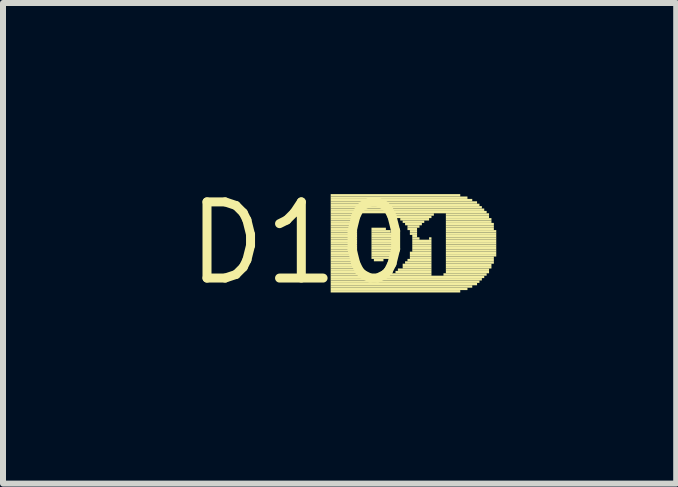
<source format=kicad_pcb>
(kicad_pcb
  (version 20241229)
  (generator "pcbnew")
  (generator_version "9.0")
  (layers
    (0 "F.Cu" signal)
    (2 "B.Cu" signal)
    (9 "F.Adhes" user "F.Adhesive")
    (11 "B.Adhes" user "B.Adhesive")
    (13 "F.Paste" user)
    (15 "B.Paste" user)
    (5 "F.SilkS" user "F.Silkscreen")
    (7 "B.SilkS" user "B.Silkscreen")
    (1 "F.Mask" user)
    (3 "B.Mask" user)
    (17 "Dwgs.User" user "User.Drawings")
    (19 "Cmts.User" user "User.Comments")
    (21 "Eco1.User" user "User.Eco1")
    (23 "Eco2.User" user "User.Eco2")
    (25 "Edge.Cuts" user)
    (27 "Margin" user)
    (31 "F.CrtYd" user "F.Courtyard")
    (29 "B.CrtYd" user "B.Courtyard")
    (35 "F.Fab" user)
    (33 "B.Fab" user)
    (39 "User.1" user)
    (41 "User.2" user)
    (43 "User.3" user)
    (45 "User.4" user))
  (footprint "D10"
    (layer "F.Cu")
    (at 1.943 1.006)
    (property "Reference" "D10" (at 0 0 0) (layer "F.SilkS") (effects (font (size 1.27 1.27) (thickness 0.15))))
    (fp_poly (pts (xy 0.52 -0.78) (xy 2.68 -0.78) (xy 2.68 -0.82) (xy 0.52 -0.82)) (stroke (width 0) (type solid)) (fill yes) (layer "F.SilkS"))
    (fp_poly (pts (xy 0.52 -0.74) (xy 2.8 -0.74) (xy 2.8 -0.78) (xy 0.52 -0.78)) (stroke (width 0) (type solid)) (fill yes) (layer "F.SilkS"))
    (fp_poly (pts (xy 0.52 -0.7) (xy 2.88 -0.7) (xy 2.88 -0.74) (xy 0.52 -0.74)) (stroke (width 0) (type solid)) (fill yes) (layer "F.SilkS"))
    (fp_poly (pts (xy 0.52 -0.66) (xy 2.96 -0.66) (xy 2.96 -0.7) (xy 0.52 -0.7)) (stroke (width 0) (type solid)) (fill yes) (layer "F.SilkS"))
    (fp_poly (pts (xy 0.52 -0.62) (xy 3 -0.62) (xy 3 -0.66) (xy 0.52 -0.66)) (stroke (width 0) (type solid)) (fill yes) (layer "F.SilkS"))
    (fp_poly (pts (xy 0.52 -0.58) (xy 3.04 -0.58) (xy 3.04 -0.62) (xy 0.52 -0.62)) (stroke (width 0) (type solid)) (fill yes) (layer "F.SilkS"))
    (fp_poly (pts (xy 0.52 -0.54) (xy 3.08 -0.54) (xy 3.08 -0.58) (xy 0.52 -0.58)) (stroke (width 0) (type solid)) (fill yes) (layer "F.SilkS"))
    (fp_poly (pts (xy 0.52 -0.5) (xy 3.12 -0.5) (xy 3.12 -0.54) (xy 0.52 -0.54)) (stroke (width 0) (type solid)) (fill yes) (layer "F.SilkS"))
    (fp_poly (pts (xy 0.52 -0.46) (xy 0.96 -0.46) (xy 0.96 -0.5) (xy 0.52 -0.5)) (stroke (width 0) (type solid)) (fill yes) (layer "F.SilkS"))
    (fp_poly (pts (xy 0.52 -0.42) (xy 0.96 -0.42) (xy 0.96 -0.46) (xy 0.52 -0.46)) (stroke (width 0) (type solid)) (fill yes) (layer "F.SilkS"))
    (fp_poly (pts (xy 0.52 -0.38) (xy 0.96 -0.38) (xy 0.96 -0.42) (xy 0.52 -0.42)) (stroke (width 0) (type solid)) (fill yes) (layer "F.SilkS"))
    (fp_poly (pts (xy 0.52 -0.34) (xy 0.96 -0.34) (xy 0.96 -0.38) (xy 0.52 -0.38)) (stroke (width 0) (type solid)) (fill yes) (layer "F.SilkS"))
    (fp_poly (pts (xy 0.52 -0.3) (xy 0.96 -0.3) (xy 0.96 -0.34) (xy 0.52 -0.34)) (stroke (width 0) (type solid)) (fill yes) (layer "F.SilkS"))
    (fp_poly (pts (xy 0.52 -0.26) (xy 0.96 -0.26) (xy 0.96 -0.3) (xy 0.52 -0.3)) (stroke (width 0) (type solid)) (fill yes) (layer "F.SilkS"))
    (fp_poly (pts (xy 0.52 -0.22) (xy 0.96 -0.22) (xy 0.96 -0.26) (xy 0.52 -0.26)) (stroke (width 0) (type solid)) (fill yes) (layer "F.SilkS"))
    (fp_poly (pts (xy 0.52 -0.18) (xy 0.96 -0.18) (xy 0.96 -0.22) (xy 0.52 -0.22)) (stroke (width 0) (type solid)) (fill yes) (layer "F.SilkS"))
    (fp_poly (pts (xy 0.52 -0.14) (xy 0.96 -0.14) (xy 0.96 -0.18) (xy 0.52 -0.18)) (stroke (width 0) (type solid)) (fill yes) (layer "F.SilkS"))
    (fp_poly (pts (xy 0.52 -0.1) (xy 0.96 -0.1) (xy 0.96 -0.14) (xy 0.52 -0.14)) (stroke (width 0) (type solid)) (fill yes) (layer "F.SilkS"))
    (fp_poly (pts (xy 0.52 -0.06) (xy 0.96 -0.06) (xy 0.96 -0.1) (xy 0.52 -0.1)) (stroke (width 0) (type solid)) (fill yes) (layer "F.SilkS"))
    (fp_poly (pts (xy 0.52 -0.02) (xy 0.96 -0.02) (xy 0.96 -0.06) (xy 0.52 -0.06)) (stroke (width 0) (type solid)) (fill yes) (layer "F.SilkS"))
    (fp_poly (pts (xy 0.52 0.02) (xy 0.96 0.02) (xy 0.96 -0.02) (xy 0.52 -0.02)) (stroke (width 0) (type solid)) (fill yes) (layer "F.SilkS"))
    (fp_poly (pts (xy 0.52 0.06) (xy 0.96 0.06) (xy 0.96 0.02) (xy 0.52 0.02)) (stroke (width 0) (type solid)) (fill yes) (layer "F.SilkS"))
    (fp_poly (pts (xy 0.52 0.1) (xy 0.96 0.1) (xy 0.96 0.06) (xy 0.52 0.06)) (stroke (width 0) (type solid)) (fill yes) (layer "F.SilkS"))
    (fp_poly (pts (xy 0.52 0.14) (xy 0.96 0.14) (xy 0.96 0.1) (xy 0.52 0.1)) (stroke (width 0) (type solid)) (fill yes) (layer "F.SilkS"))
    (fp_poly (pts (xy 0.52 0.18) (xy 0.96 0.18) (xy 0.96 0.14) (xy 0.52 0.14)) (stroke (width 0) (type solid)) (fill yes) (layer "F.SilkS"))
    (fp_poly (pts (xy 0.52 0.22) (xy 0.96 0.22) (xy 0.96 0.18) (xy 0.52 0.18)) (stroke (width 0) (type solid)) (fill yes) (layer "F.SilkS"))
    (fp_poly (pts (xy 0.52 0.26) (xy 0.96 0.26) (xy 0.96 0.22) (xy 0.52 0.22)) (stroke (width 0) (type solid)) (fill yes) (layer "F.SilkS"))
    (fp_poly (pts (xy 0.52 0.3) (xy 0.96 0.3) (xy 0.96 0.26) (xy 0.52 0.26)) (stroke (width 0) (type solid)) (fill yes) (layer "F.SilkS"))
    (fp_poly (pts (xy 0.52 0.34) (xy 0.96 0.34) (xy 0.96 0.3) (xy 0.52 0.3)) (stroke (width 0) (type solid)) (fill yes) (layer "F.SilkS"))
    (fp_poly (pts (xy 0.52 0.38) (xy 0.96 0.38) (xy 0.96 0.34) (xy 0.52 0.34)) (stroke (width 0) (type solid)) (fill yes) (layer "F.SilkS"))
    (fp_poly (pts (xy 0.52 0.42) (xy 0.96 0.42) (xy 0.96 0.38) (xy 0.52 0.38)) (stroke (width 0) (type solid)) (fill yes) (layer "F.SilkS"))
    (fp_poly (pts (xy 0.52 0.46) (xy 0.96 0.46) (xy 0.96 0.42) (xy 0.52 0.42)) (stroke (width 0) (type solid)) (fill yes) (layer "F.SilkS"))
    (fp_poly (pts (xy 0.52 0.5) (xy 0.96 0.5) (xy 0.96 0.46) (xy 0.52 0.46)) (stroke (width 0) (type solid)) (fill yes) (layer "F.SilkS"))
    (fp_poly (pts (xy 0.52 0.54) (xy 1 0.54) (xy 1 0.5) (xy 0.52 0.5)) (stroke (width 0) (type solid)) (fill yes) (layer "F.SilkS"))
    (fp_poly (pts (xy 0.52 0.58) (xy 3.08 0.58) (xy 3.08 0.54) (xy 0.52 0.54)) (stroke (width 0) (type solid)) (fill yes) (layer "F.SilkS"))
    (fp_poly (pts (xy 0.52 0.62) (xy 3.04 0.62) (xy 3.04 0.58) (xy 0.52 0.58)) (stroke (width 0) (type solid)) (fill yes) (layer "F.SilkS"))
    (fp_poly (pts (xy 0.52 0.66) (xy 3 0.66) (xy 3 0.62) (xy 0.52 0.62)) (stroke (width 0) (type solid)) (fill yes) (layer "F.SilkS"))
    (fp_poly (pts (xy 0.52 0.7) (xy 2.96 0.7) (xy 2.96 0.66) (xy 0.52 0.66)) (stroke (width 0) (type solid)) (fill yes) (layer "F.SilkS"))
    (fp_poly (pts (xy 0.52 0.74) (xy 2.88 0.74) (xy 2.88 0.7) (xy 0.52 0.7)) (stroke (width 0) (type solid)) (fill yes) (layer "F.SilkS"))
    (fp_poly (pts (xy 0.52 0.78) (xy 2.8 0.78) (xy 2.8 0.74) (xy 0.52 0.74)) (stroke (width 0) (type solid)) (fill yes) (layer "F.SilkS"))
    (fp_poly (pts (xy 0.52 0.82) (xy 2.68 0.82) (xy 2.68 0.78) (xy 0.52 0.78)) (stroke (width 0) (type solid)) (fill yes) (layer "F.SilkS"))
    (fp_poly (pts (xy 1.2 -0.22) (xy 1.44 -0.22) (xy 1.44 -0.26) (xy 1.2 -0.26)) (stroke (width 0) (type solid)) (fill yes) (layer "F.SilkS"))
    (fp_poly (pts (xy 1.2 -0.18) (xy 1.52 -0.18) (xy 1.52 -0.22) (xy 1.2 -0.22)) (stroke (width 0) (type solid)) (fill yes) (layer "F.SilkS"))
    (fp_poly (pts (xy 1.2 -0.14) (xy 1.56 -0.14) (xy 1.56 -0.18) (xy 1.2 -0.18)) (stroke (width 0) (type solid)) (fill yes) (layer "F.SilkS"))
    (fp_poly (pts (xy 1.2 -0.1) (xy 1.6 -0.1) (xy 1.6 -0.14) (xy 1.2 -0.14)) (stroke (width 0) (type solid)) (fill yes) (layer "F.SilkS"))
    (fp_poly (pts (xy 1.2 -0.06) (xy 1.6 -0.06) (xy 1.6 -0.1) (xy 1.2 -0.1)) (stroke (width 0) (type solid)) (fill yes) (layer "F.SilkS"))
    (fp_poly (pts (xy 1.2 -0.02) (xy 1.64 -0.02) (xy 1.64 -0.06) (xy 1.2 -0.06)) (stroke (width 0) (type solid)) (fill yes) (layer "F.SilkS"))
    (fp_poly (pts (xy 1.2 0.02) (xy 1.64 0.02) (xy 1.64 -0.02) (xy 1.2 -0.02)) (stroke (width 0) (type solid)) (fill yes) (layer "F.SilkS"))
    (fp_poly (pts (xy 1.2 0.06) (xy 1.64 0.06) (xy 1.64 0.02) (xy 1.2 0.02)) (stroke (width 0) (type solid)) (fill yes) (layer "F.SilkS"))
    (fp_poly (pts (xy 1.2 0.1) (xy 1.6 0.1) (xy 1.6 0.06) (xy 1.2 0.06)) (stroke (width 0) (type solid)) (fill yes) (layer "F.SilkS"))
    (fp_poly (pts (xy 1.2 0.14) (xy 1.6 0.14) (xy 1.6 0.1) (xy 1.2 0.1)) (stroke (width 0) (type solid)) (fill yes) (layer "F.SilkS"))
    (fp_poly (pts (xy 1.2 0.18) (xy 1.6 0.18) (xy 1.6 0.14) (xy 1.2 0.14)) (stroke (width 0) (type solid)) (fill yes) (layer "F.SilkS"))
    (fp_poly (pts (xy 1.2 0.22) (xy 1.56 0.22) (xy 1.56 0.18) (xy 1.2 0.18)) (stroke (width 0) (type solid)) (fill yes) (layer "F.SilkS"))
    (fp_poly (pts (xy 1.2 0.26) (xy 1.52 0.26) (xy 1.52 0.22) (xy 1.2 0.22)) (stroke (width 0) (type solid)) (fill yes) (layer "F.SilkS"))
    (fp_poly (pts (xy 1.24 0.3) (xy 1.4 0.3) (xy 1.4 0.26) (xy 1.24 0.26)) (stroke (width 0) (type solid)) (fill yes) (layer "F.SilkS"))
    (fp_poly (pts (xy 1.48 0.54) (xy 2.2 0.54) (xy 2.2 0.5) (xy 1.48 0.5)) (stroke (width 0) (type solid)) (fill yes) (layer "F.SilkS"))
    (fp_poly (pts (xy 1.52 -0.46) (xy 2.24 -0.46) (xy 2.24 -0.5) (xy 1.52 -0.5)) (stroke (width 0) (type solid)) (fill yes) (layer "F.SilkS"))
    (fp_poly (pts (xy 1.6 -0.42) (xy 2.2 -0.42) (xy 2.2 -0.46) (xy 1.6 -0.46)) (stroke (width 0) (type solid)) (fill yes) (layer "F.SilkS"))
    (fp_poly (pts (xy 1.6 0.5) (xy 2.2 0.5) (xy 2.2 0.46) (xy 1.6 0.46)) (stroke (width 0) (type solid)) (fill yes) (layer "F.SilkS"))
    (fp_poly (pts (xy 1.64 0.46) (xy 2.2 0.46) (xy 2.2 0.42) (xy 1.64 0.42)) (stroke (width 0) (type solid)) (fill yes) (layer "F.SilkS"))
    (fp_poly (pts (xy 1.68 -0.38) (xy 2.16 -0.38) (xy 2.16 -0.42) (xy 1.68 -0.42)) (stroke (width 0) (type solid)) (fill yes) (layer "F.SilkS"))
    (fp_poly (pts (xy 1.72 -0.34) (xy 2.08 -0.34) (xy 2.08 -0.38) (xy 1.72 -0.38)) (stroke (width 0) (type solid)) (fill yes) (layer "F.SilkS"))
    (fp_poly (pts (xy 1.72 0.38) (xy 2.2 0.38) (xy 2.2 0.34) (xy 1.72 0.34)) (stroke (width 0) (type solid)) (fill yes) (layer "F.SilkS"))
    (fp_poly (pts (xy 1.72 0.42) (xy 2.2 0.42) (xy 2.2 0.38) (xy 1.72 0.38)) (stroke (width 0) (type solid)) (fill yes) (layer "F.SilkS"))
    (fp_poly (pts (xy 1.76 -0.3) (xy 2.04 -0.3) (xy 2.04 -0.34) (xy 1.76 -0.34)) (stroke (width 0) (type solid)) (fill yes) (layer "F.SilkS"))
    (fp_poly (pts (xy 1.76 0.34) (xy 2.2 0.34) (xy 2.2 0.3) (xy 1.76 0.3)) (stroke (width 0) (type solid)) (fill yes) (layer "F.SilkS"))
    (fp_poly (pts (xy 1.8 -0.26) (xy 2 -0.26) (xy 2 -0.3) (xy 1.8 -0.3)) (stroke (width 0) (type solid)) (fill yes) (layer "F.SilkS"))
    (fp_poly (pts (xy 1.8 -0.22) (xy 1.96 -0.22) (xy 1.96 -0.26) (xy 1.8 -0.26)) (stroke (width 0) (type solid)) (fill yes) (layer "F.SilkS"))
    (fp_poly (pts (xy 1.8 0.3) (xy 2.2 0.3) (xy 2.2 0.26) (xy 1.8 0.26)) (stroke (width 0) (type solid)) (fill yes) (layer "F.SilkS"))
    (fp_poly (pts (xy 1.84 -0.18) (xy 1.96 -0.18) (xy 1.96 -0.22) (xy 1.84 -0.22)) (stroke (width 0) (type solid)) (fill yes) (layer "F.SilkS"))
    (fp_poly (pts (xy 1.84 -0.14) (xy 1.96 -0.14) (xy 1.96 -0.18) (xy 1.84 -0.18)) (stroke (width 0) (type solid)) (fill yes) (layer "F.SilkS"))
    (fp_poly (pts (xy 1.84 0.18) (xy 2.2 0.18) (xy 2.2 0.14) (xy 1.84 0.14)) (stroke (width 0) (type solid)) (fill yes) (layer "F.SilkS"))
    (fp_poly (pts (xy 1.84 0.22) (xy 2.2 0.22) (xy 2.2 0.18) (xy 1.84 0.18)) (stroke (width 0) (type solid)) (fill yes) (layer "F.SilkS"))
    (fp_poly (pts (xy 1.84 0.26) (xy 2.2 0.26) (xy 2.2 0.22) (xy 1.84 0.22)) (stroke (width 0) (type solid)) (fill yes) (layer "F.SilkS"))
    (fp_poly (pts (xy 1.88 -0.1) (xy 1.96 -0.1) (xy 1.96 -0.14) (xy 1.88 -0.14)) (stroke (width 0) (type solid)) (fill yes) (layer "F.SilkS"))
    (fp_poly (pts (xy 1.88 -0.06) (xy 2 -0.06) (xy 2 -0.1) (xy 1.88 -0.1)) (stroke (width 0) (type solid)) (fill yes) (layer "F.SilkS"))
    (fp_poly (pts (xy 1.88 -0.02) (xy 2.2 -0.02) (xy 2.2 -0.06) (xy 1.88 -0.06)) (stroke (width 0) (type solid)) (fill yes) (layer "F.SilkS"))
    (fp_poly (pts (xy 1.88 0.02) (xy 2.2 0.02) (xy 2.2 -0.02) (xy 1.88 -0.02)) (stroke (width 0) (type solid)) (fill yes) (layer "F.SilkS"))
    (fp_poly (pts (xy 1.88 0.06) (xy 2.2 0.06) (xy 2.2 0.02) (xy 1.88 0.02)) (stroke (width 0) (type solid)) (fill yes) (layer "F.SilkS"))
    (fp_poly (pts (xy 1.88 0.1) (xy 2.2 0.1) (xy 2.2 0.06) (xy 1.88 0.06)) (stroke (width 0) (type solid)) (fill yes) (layer "F.SilkS"))
    (fp_poly (pts (xy 1.88 0.14) (xy 2.2 0.14) (xy 2.2 0.1) (xy 1.88 0.1)) (stroke (width 0) (type solid)) (fill yes) (layer "F.SilkS"))
    (fp_poly (pts (xy 2.16 -0.06) (xy 2.2 -0.06) (xy 2.2 -0.1) (xy 2.16 -0.1)) (stroke (width 0) (type solid)) (fill yes) (layer "F.SilkS"))
    (fp_poly (pts (xy 2.4 0.54) (xy 3.12 0.54) (xy 3.12 0.5) (xy 2.4 0.5)) (stroke (width 0) (type solid)) (fill yes) (layer "F.SilkS"))
    (fp_poly (pts (xy 2.44 -0.46) (xy 3.16 -0.46) (xy 3.16 -0.5) (xy 2.44 -0.5)) (stroke (width 0) (type solid)) (fill yes) (layer "F.SilkS"))
    (fp_poly (pts (xy 2.44 -0.42) (xy 3.16 -0.42) (xy 3.16 -0.46) (xy 2.44 -0.46)) (stroke (width 0) (type solid)) (fill yes) (layer "F.SilkS"))
    (fp_poly (pts (xy 2.44 -0.38) (xy 3.2 -0.38) (xy 3.2 -0.42) (xy 2.44 -0.42)) (stroke (width 0) (type solid)) (fill yes) (layer "F.SilkS"))
    (fp_poly (pts (xy 2.44 -0.34) (xy 3.2 -0.34) (xy 3.2 -0.38) (xy 2.44 -0.38)) (stroke (width 0) (type solid)) (fill yes) (layer "F.SilkS"))
    (fp_poly (pts (xy 2.44 -0.3) (xy 3.24 -0.3) (xy 3.24 -0.34) (xy 2.44 -0.34)) (stroke (width 0) (type solid)) (fill yes) (layer "F.SilkS"))
    (fp_poly (pts (xy 2.44 -0.26) (xy 3.24 -0.26) (xy 3.24 -0.3) (xy 2.44 -0.3)) (stroke (width 0) (type solid)) (fill yes) (layer "F.SilkS"))
    (fp_poly (pts (xy 2.44 -0.22) (xy 3.24 -0.22) (xy 3.24 -0.26) (xy 2.44 -0.26)) (stroke (width 0) (type solid)) (fill yes) (layer "F.SilkS"))
    (fp_poly (pts (xy 2.44 -0.18) (xy 3.28 -0.18) (xy 3.28 -0.22) (xy 2.44 -0.22)) (stroke (width 0) (type solid)) (fill yes) (layer "F.SilkS"))
    (fp_poly (pts (xy 2.44 -0.14) (xy 3.28 -0.14) (xy 3.28 -0.18) (xy 2.44 -0.18)) (stroke (width 0) (type solid)) (fill yes) (layer "F.SilkS"))
    (fp_poly (pts (xy 2.44 -0.1) (xy 3.28 -0.1) (xy 3.28 -0.14) (xy 2.44 -0.14)) (stroke (width 0) (type solid)) (fill yes) (layer "F.SilkS"))
    (fp_poly (pts (xy 2.44 -0.06) (xy 3.28 -0.06) (xy 3.28 -0.1) (xy 2.44 -0.1)) (stroke (width 0) (type solid)) (fill yes) (layer "F.SilkS"))
    (fp_poly (pts (xy 2.44 -0.02) (xy 3.28 -0.02) (xy 3.28 -0.06) (xy 2.44 -0.06)) (stroke (width 0) (type solid)) (fill yes) (layer "F.SilkS"))
    (fp_poly (pts (xy 2.44 0.02) (xy 3.28 0.02) (xy 3.28 -0.02) (xy 2.44 -0.02)) (stroke (width 0) (type solid)) (fill yes) (layer "F.SilkS"))
    (fp_poly (pts (xy 2.44 0.06) (xy 3.28 0.06) (xy 3.28 0.02) (xy 2.44 0.02)) (stroke (width 0) (type solid)) (fill yes) (layer "F.SilkS"))
    (fp_poly (pts (xy 2.44 0.1) (xy 3.28 0.1) (xy 3.28 0.06) (xy 2.44 0.06)) (stroke (width 0) (type solid)) (fill yes) (layer "F.SilkS"))
    (fp_poly (pts (xy 2.44 0.14) (xy 3.28 0.14) (xy 3.28 0.1) (xy 2.44 0.1)) (stroke (width 0) (type solid)) (fill yes) (layer "F.SilkS"))
    (fp_poly (pts (xy 2.44 0.18) (xy 3.28 0.18) (xy 3.28 0.14) (xy 2.44 0.14)) (stroke (width 0) (type solid)) (fill yes) (layer "F.SilkS"))
    (fp_poly (pts (xy 2.44 0.22) (xy 3.28 0.22) (xy 3.28 0.18) (xy 2.44 0.18)) (stroke (width 0) (type solid)) (fill yes) (layer "F.SilkS"))
    (fp_poly (pts (xy 2.44 0.26) (xy 3.24 0.26) (xy 3.24 0.22) (xy 2.44 0.22)) (stroke (width 0) (type solid)) (fill yes) (layer "F.SilkS"))
    (fp_poly (pts (xy 2.44 0.3) (xy 3.24 0.3) (xy 3.24 0.26) (xy 2.44 0.26)) (stroke (width 0) (type solid)) (fill yes) (layer "F.SilkS"))
    (fp_poly (pts (xy 2.44 0.34) (xy 3.24 0.34) (xy 3.24 0.3) (xy 2.44 0.3)) (stroke (width 0) (type solid)) (fill yes) (layer "F.SilkS"))
    (fp_poly (pts (xy 2.44 0.38) (xy 3.2 0.38) (xy 3.2 0.34) (xy 2.44 0.34)) (stroke (width 0) (type solid)) (fill yes) (layer "F.SilkS"))
    (fp_poly (pts (xy 2.44 0.42) (xy 3.2 0.42) (xy 3.2 0.38) (xy 2.44 0.38)) (stroke (width 0) (type solid)) (fill yes) (layer "F.SilkS"))
    (fp_poly (pts (xy 2.44 0.46) (xy 3.16 0.46) (xy 3.16 0.42) (xy 2.44 0.42)) (stroke (width 0) (type solid)) (fill yes) (layer "F.SilkS"))
    (fp_poly (pts (xy 2.44 0.5) (xy 3.16 0.5) (xy 3.16 0.46) (xy 2.44 0.46)) (stroke (width 0) (type solid)) (fill yes) (layer "F.SilkS")))
  (gr_rect
    (start -3 -3)
    (end 8.223 5.012)
    (stroke (width 0.1) (type default))
    (fill no)
    (layer "Edge.Cuts")))
</source>
